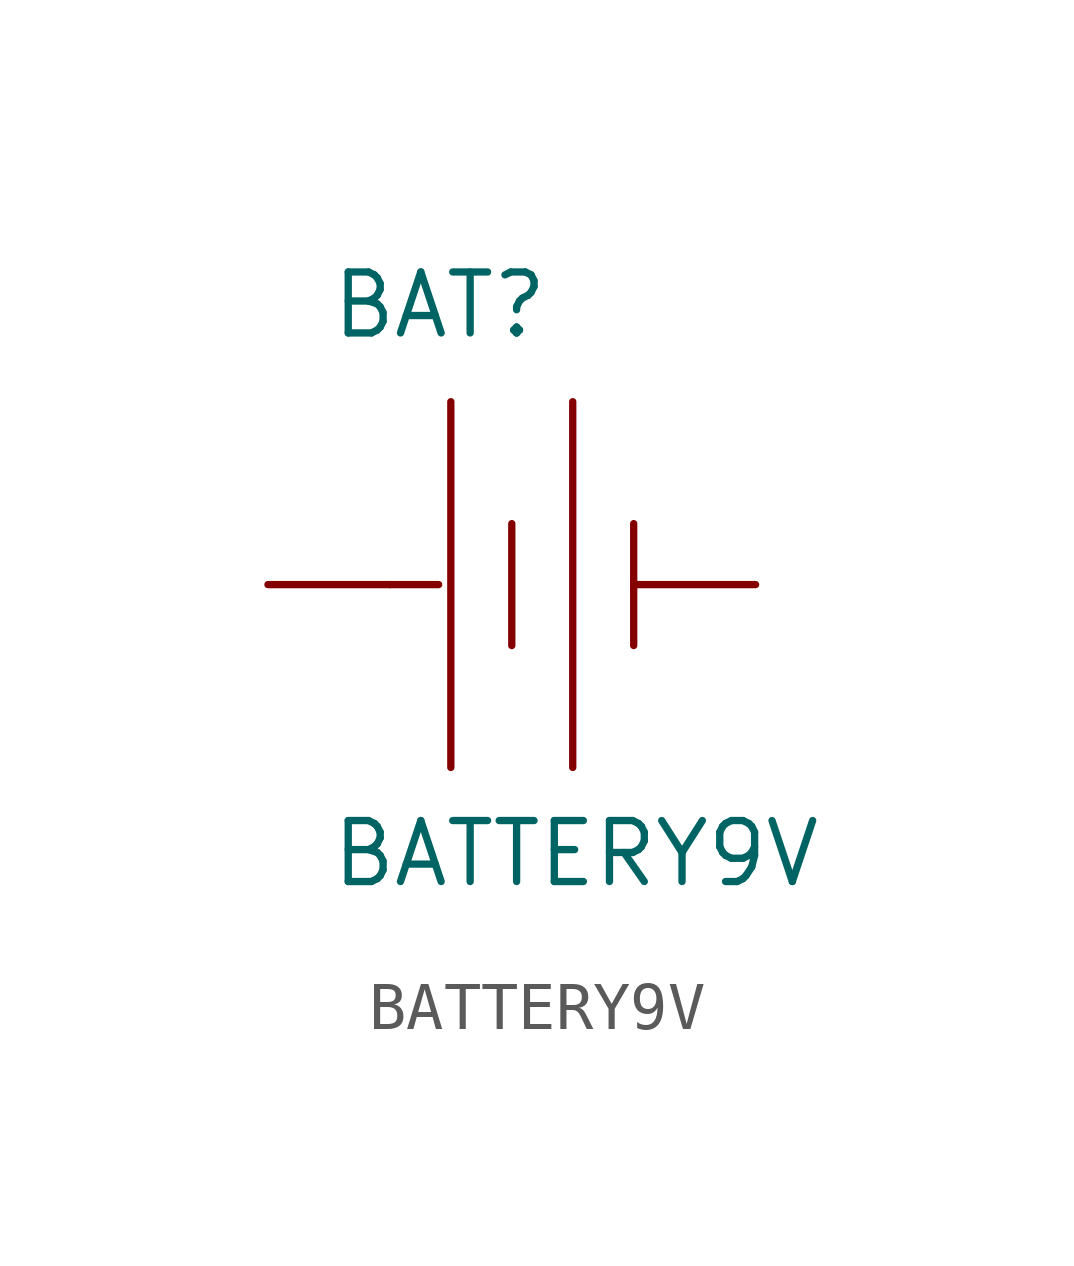
<source format=kicad_sym>
(kicad_symbol_lib
  (version 20220914)
  (generator kicad_symbol_editor)
  (symbol "BATTERY9V"
    (pin_numbers hide)
    (pin_names
      (offset 1.016) hide)
    (property "Reference" "BAT"
      (at -3.81 5.08 0)
      (effects (font (size 1.27 1.27)) (justify left bottom)))
    (property "Value" "BATTERY9V"
      (at -3.81 -6.35 0)
      (effects (font (size 1.27 1.27)) (justify left bottom)))
    (property "ki_locked" ""
      (at 0 0 0)
      (effects (font (size 1.27 1.27))))
    (symbol "BATTERY9V_1_0"
      (polyline (pts (xy -2.54 0) (xy -1.524 0)) (stroke (width 0) (type solid)) (fill (type none)))
      (polyline (pts (xy -1.27 3.81) (xy -1.27 -3.81)) (stroke (width 0) (type solid)) (fill (type none)))
      (polyline (pts (xy 0 1.27) (xy 0 -1.27)) (stroke (width 0) (type solid)) (fill (type none)))
      (polyline (pts (xy 1.27 3.81) (xy 1.27 -3.81)) (stroke (width 0) (type solid)) (fill (type none)))
      (polyline (pts (xy 2.54 1.27) (xy 2.54 -1.27)) (stroke (width 0) (type solid)) (fill (type none))))
    (symbol "BATTERY9V_1_1"
      (pin power_in line (at -5.08 0 0) (length 2.54) (name "+" (effects (font (size 1.016 1.016)))) (number "+" (effects (font (size 1.016 1.016)))))
      (pin power_in line (at 5.08 0 180) (length 2.54) (name "-" (effects (font (size 1.016 1.016)))) (number "-" (effects (font (size 1.016 1.016))))))))
</source>
